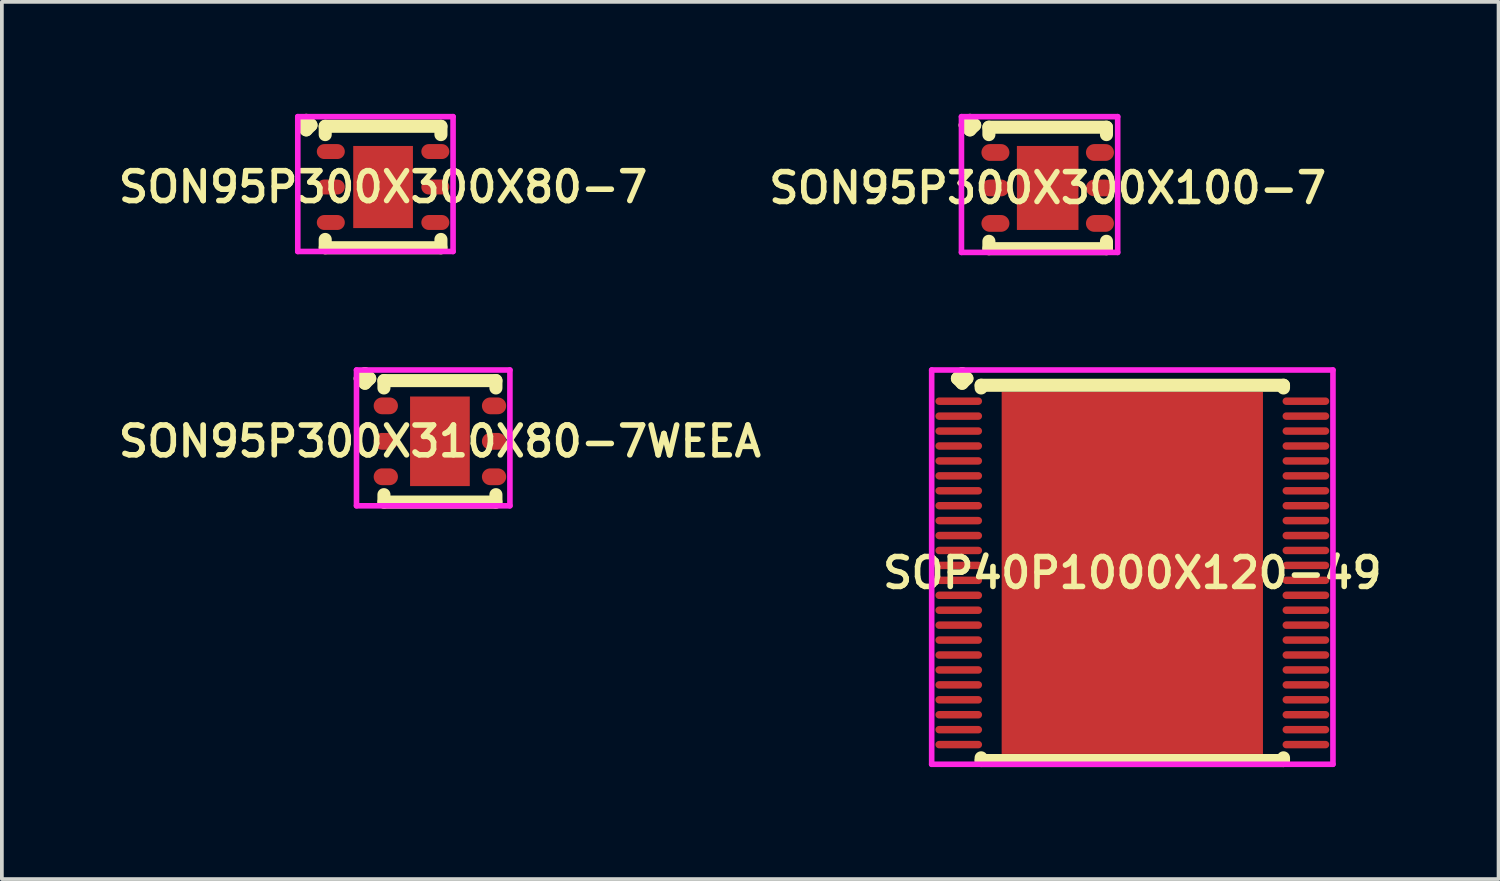
<source format=kicad_pcb>
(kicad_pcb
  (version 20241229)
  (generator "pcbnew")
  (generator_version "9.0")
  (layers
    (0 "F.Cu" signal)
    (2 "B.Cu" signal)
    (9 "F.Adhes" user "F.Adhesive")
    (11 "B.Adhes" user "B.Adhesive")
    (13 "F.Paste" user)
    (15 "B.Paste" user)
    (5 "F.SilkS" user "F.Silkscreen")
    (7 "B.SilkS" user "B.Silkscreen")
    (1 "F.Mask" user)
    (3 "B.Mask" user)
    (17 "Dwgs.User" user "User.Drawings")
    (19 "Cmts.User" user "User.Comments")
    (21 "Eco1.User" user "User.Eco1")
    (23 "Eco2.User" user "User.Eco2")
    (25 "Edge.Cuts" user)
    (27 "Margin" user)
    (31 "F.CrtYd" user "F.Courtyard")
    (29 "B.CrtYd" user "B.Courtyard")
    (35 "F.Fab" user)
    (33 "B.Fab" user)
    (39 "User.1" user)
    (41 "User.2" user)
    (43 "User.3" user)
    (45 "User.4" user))
  (footprint "SON95P300X300X80-7"
    (layer "F.Cu")
    (at 7.212 1.96)
    (property "Reference" "SON95P300X300X80-7" (at 0 0 0) (layer "F.SilkS") (effects (font (size 0.8 0.8) (thickness 0.15))))
    (attr smd)
    (fp_line (start -2.185 -1.658) (end -2.058 -1.785) (stroke (width 0.35) (type solid)) (layer "F.SilkS"))
    (fp_line (start -2.058 -1.785) (end -1.931 -1.658) (stroke (width 0.35) (type solid)) (layer "F.SilkS"))
    (fp_line (start -2.058 -1.531) (end -2.185 -1.658) (stroke (width 0.35) (type solid)) (layer "F.SilkS"))
    (fp_line (start -1.931 -1.658) (end -2.058 -1.531) (stroke (width 0.35) (type solid)) (layer "F.SilkS"))
    (fp_line (start -1.55 -1.627) (end 1.55 -1.627) (stroke (width 0.35) (type solid)) (layer "F.SilkS"))
    (fp_line (start -1.55 -1.404) (end -1.55 -1.627) (stroke (width 0.35) (type solid)) (layer "F.SilkS"))
    (fp_line (start -1.55 1.404) (end -1.55 1.627) (stroke (width 0.35) (type solid)) (layer "F.SilkS"))
    (fp_line (start -1.55 1.627) (end 1.55 1.627) (stroke (width 0.35) (type solid)) (layer "F.SilkS"))
    (fp_line (start 1.55 -1.627) (end 1.55 -1.404) (stroke (width 0.35) (type solid)) (layer "F.SilkS"))
    (fp_line (start 1.55 1.627) (end 1.55 1.404) (stroke (width 0.35) (type solid)) (layer "F.SilkS"))
    (fp_line (start -2.285 -1.885) (end 1.875 -1.885) (stroke (width 0.15) (type solid)) (layer "F.CrtYd"))
    (fp_line (start -2.285 1.727) (end -2.285 -1.885) (stroke (width 0.15) (type solid)) (layer "F.CrtYd"))
    (fp_line (start 1.875 -1.885) (end 1.875 1.727) (stroke (width 0.15) (type solid)) (layer "F.CrtYd"))
    (fp_line (start 1.875 1.727) (end -2.285 1.727) (stroke (width 0.15) (type solid)) (layer "F.CrtYd"))
    (pad "1" smd oval (at -1.4 -0.95) (size 0.75 0.4) (layers "F.Cu" "F.Mask" "F.Paste"))
    (pad "2" smd oval (at -1.4 0) (size 0.75 0.4) (layers "F.Cu" "F.Mask" "F.Paste"))
    (pad "3" smd oval (at -1.4 0.95) (size 0.75 0.4) (layers "F.Cu" "F.Mask" "F.Paste"))
    (pad "4" smd oval (at 1.4 0.95) (size 0.75 0.4) (layers "F.Cu" "F.Mask" "F.Paste"))
    (pad "5" smd oval (at 1.4 0) (size 0.75 0.4) (layers "F.Cu" "F.Mask" "F.Paste"))
    (pad "6" smd oval (at 1.4 -0.95) (size 0.75 0.4) (layers "F.Cu" "F.Mask" "F.Paste"))
    (pad "7" smd rect (at 0 0) (size 1.6 2.2) (layers "F.Cu" "F.Mask" "F.Paste")))
  (footprint "SON95P300X310X80-7WEEA"
    (layer "F.Cu")
    (at 8.735 8.772)
    (property "Reference" "SON95P300X310X80-7WEEA" (at 0 0 0) (layer "F.SilkS") (effects (font (size 0.8 0.8) (thickness 0.15))))
    (attr through_hole)
    (fp_line (start -2.135 -1.683) (end -2.008 -1.81) (stroke (width 0.35) (type solid)) (layer "F.SilkS"))
    (fp_line (start -2.008 -1.81) (end -1.881 -1.683) (stroke (width 0.35) (type solid)) (layer "F.SilkS"))
    (fp_line (start -2.008 -1.556) (end -2.135 -1.683) (stroke (width 0.35) (type solid)) (layer "F.SilkS"))
    (fp_line (start -1.881 -1.683) (end -2.008 -1.556) (stroke (width 0.35) (type solid)) (layer "F.SilkS"))
    (fp_line (start -1.5 -1.627) (end 1.5 -1.627) (stroke (width 0.35) (type solid)) (layer "F.SilkS"))
    (fp_line (start -1.5 -1.429) (end -1.5 -1.627) (stroke (width 0.35) (type solid)) (layer "F.SilkS"))
    (fp_line (start -1.5 1.429) (end -1.5 1.627) (stroke (width 0.35) (type solid)) (layer "F.SilkS"))
    (fp_line (start -1.5 1.627) (end 1.5 1.627) (stroke (width 0.35) (type solid)) (layer "F.SilkS"))
    (fp_line (start 1.5 -1.627) (end 1.5 -1.429) (stroke (width 0.35) (type solid)) (layer "F.SilkS"))
    (fp_line (start 1.5 1.627) (end 1.5 1.429) (stroke (width 0.35) (type solid)) (layer "F.SilkS"))
    (fp_line (start -2.235 -1.91) (end 1.875 -1.91) (stroke (width 0.15) (type solid)) (layer "F.CrtYd"))
    (fp_line (start -2.235 1.727) (end -2.235 -1.91) (stroke (width 0.15) (type solid)) (layer "F.CrtYd"))
    (fp_line (start 1.875 -1.91) (end 1.875 1.727) (stroke (width 0.15) (type solid)) (layer "F.CrtYd"))
    (fp_line (start 1.875 1.727) (end -2.235 1.727) (stroke (width 0.15) (type solid)) (layer "F.CrtYd"))
    (pad "1" smd oval (at -1.45 -0.95) (size 0.65 0.45) (layers "F.Cu" "F.Mask" "F.Paste"))
    (pad "2" smd oval (at -1.45 0) (size 0.65 0.45) (layers "F.Cu" "F.Mask" "F.Paste"))
    (pad "3" smd oval (at -1.45 0.95) (size 0.65 0.45) (layers "F.Cu" "F.Mask" "F.Paste"))
    (pad "4" smd oval (at 1.45 0.95) (size 0.65 0.45) (layers "F.Cu" "F.Mask" "F.Paste"))
    (pad "5" smd oval (at 1.45 0) (size 0.65 0.45) (layers "F.Cu" "F.Mask" "F.Paste"))
    (pad "6" smd oval (at 1.45 -0.95) (size 0.65 0.45) (layers "F.Cu" "F.Mask" "F.Paste"))
    (pad "7" smd rect (at 0 0) (size 1.6 2.4) (layers "F.Cu" "F.Mask" "F.Paste")))
  (footprint "SON95P300X300X100-7"
    (layer "F.Cu")
    (at 25.016 1.985)
    (property "Reference" "SON95P300X300X100-7" (at 0 0 0) (layer "F.SilkS") (effects (font (size 0.8 0.8) (thickness 0.15))))
    (attr through_hole)
    (fp_line (start -2.21 -1.683) (end -2.083 -1.81) (stroke (width 0.35) (type solid)) (layer "F.SilkS"))
    (fp_line (start -2.083 -1.81) (end -1.956 -1.683) (stroke (width 0.35) (type solid)) (layer "F.SilkS"))
    (fp_line (start -2.083 -1.556) (end -2.21 -1.683) (stroke (width 0.35) (type solid)) (layer "F.SilkS"))
    (fp_line (start -1.956 -1.683) (end -2.083 -1.556) (stroke (width 0.35) (type solid)) (layer "F.SilkS"))
    (fp_line (start -1.575 -1.627) (end 1.575 -1.627) (stroke (width 0.35) (type solid)) (layer "F.SilkS"))
    (fp_line (start -1.575 -1.429) (end -1.575 -1.627) (stroke (width 0.35) (type solid)) (layer "F.SilkS"))
    (fp_line (start -1.575 1.429) (end -1.575 1.627) (stroke (width 0.35) (type solid)) (layer "F.SilkS"))
    (fp_line (start -1.575 1.627) (end 1.575 1.627) (stroke (width 0.35) (type solid)) (layer "F.SilkS"))
    (fp_line (start 1.575 -1.627) (end 1.575 -1.429) (stroke (width 0.35) (type solid)) (layer "F.SilkS"))
    (fp_line (start 1.575 1.627) (end 1.575 1.429) (stroke (width 0.35) (type solid)) (layer "F.SilkS"))
    (fp_line (start -2.31 -1.91) (end 1.875 -1.91) (stroke (width 0.15) (type solid)) (layer "F.CrtYd"))
    (fp_line (start -2.31 1.727) (end -2.31 -1.91) (stroke (width 0.15) (type solid)) (layer "F.CrtYd"))
    (fp_line (start 1.875 -1.91) (end 1.875 1.727) (stroke (width 0.15) (type solid)) (layer "F.CrtYd"))
    (fp_line (start 1.875 1.727) (end -2.31 1.727) (stroke (width 0.15) (type solid)) (layer "F.CrtYd"))
    (pad "1" smd oval (at -1.4 -0.95) (size 0.75 0.45) (layers "F.Cu" "F.Mask" "F.Paste"))
    (pad "2" smd oval (at -1.4 0) (size 0.75 0.45) (layers "F.Cu" "F.Mask" "F.Paste"))
    (pad "3" smd oval (at -1.4 0.95) (size 0.75 0.45) (layers "F.Cu" "F.Mask" "F.Paste"))
    (pad "4" smd oval (at 1.4 0.95) (size 0.75 0.45) (layers "F.Cu" "F.Mask" "F.Paste"))
    (pad "5" smd oval (at 1.4 0) (size 0.75 0.45) (layers "F.Cu" "F.Mask" "F.Paste"))
    (pad "6" smd oval (at 1.4 -0.95) (size 0.75 0.45) (layers "F.Cu" "F.Mask" "F.Paste"))
    (pad "7" smd rect (at 0 0) (size 1.65 2.25) (layers "F.Cu" "F.Mask" "F.Paste")))
  (footprint "SOP40P1000X120-49"
    (layer "F.Cu")
    (at 27.283 12.297)
    (property "Reference" "SOP40P1000X120-49" (at 0 0 0) (layer "F.SilkS") (effects (font (size 0.8 0.8) (thickness 0.15))))
    (attr smd)
    (fp_line (start -4.685 -5.208) (end -4.558 -5.335) (stroke (width 0.35) (type solid)) (layer "F.SilkS"))
    (fp_line (start -4.558 -5.335) (end -4.431 -5.208) (stroke (width 0.35) (type solid)) (layer "F.SilkS"))
    (fp_line (start -4.558 -5.081) (end -4.685 -5.208) (stroke (width 0.35) (type solid)) (layer "F.SilkS"))
    (fp_line (start -4.431 -5.208) (end -4.558 -5.081) (stroke (width 0.35) (type solid)) (layer "F.SilkS"))
    (fp_line (start -4.05 -5.027) (end 4.05 -5.027) (stroke (width 0.35) (type solid)) (layer "F.SilkS"))
    (fp_line (start -4.05 -4.954) (end -4.05 -5.027) (stroke (width 0.35) (type solid)) (layer "F.SilkS"))
    (fp_line (start -4.05 4.954) (end -4.05 5.027) (stroke (width 0.35) (type solid)) (layer "F.SilkS"))
    (fp_line (start -4.05 5.027) (end 4.05 5.027) (stroke (width 0.35) (type solid)) (layer "F.SilkS"))
    (fp_line (start 4.05 -5.027) (end 4.05 -4.954) (stroke (width 0.35) (type solid)) (layer "F.SilkS"))
    (fp_line (start 4.05 5.027) (end 4.05 4.954) (stroke (width 0.35) (type solid)) (layer "F.SilkS"))
    (fp_line (start -5.375 -5.435) (end 5.375 -5.435) (stroke (width 0.15) (type solid)) (layer "F.CrtYd"))
    (fp_line (start -5.375 5.127) (end -5.375 -5.435) (stroke (width 0.15) (type solid)) (layer "F.CrtYd"))
    (fp_line (start 5.375 -5.435) (end 5.375 5.127) (stroke (width 0.15) (type solid)) (layer "F.CrtYd"))
    (fp_line (start 5.375 5.127) (end -5.375 5.127) (stroke (width 0.15) (type solid)) (layer "F.CrtYd"))
    (pad "1" smd oval (at -4.65 -4.6) (size 1.25 0.2) (layers "F.Cu" "F.Mask" "F.Paste"))
    (pad "2" smd oval (at -4.65 -4.2) (size 1.25 0.2) (layers "F.Cu" "F.Mask" "F.Paste"))
    (pad "3" smd oval (at -4.65 -3.8) (size 1.25 0.2) (layers "F.Cu" "F.Mask" "F.Paste"))
    (pad "4" smd oval (at -4.65 -3.4) (size 1.25 0.2) (layers "F.Cu" "F.Mask" "F.Paste"))
    (pad "5" smd oval (at -4.65 -3) (size 1.25 0.2) (layers "F.Cu" "F.Mask" "F.Paste"))
    (pad "6" smd oval (at -4.65 -2.6) (size 1.25 0.2) (layers "F.Cu" "F.Mask" "F.Paste"))
    (pad "7" smd oval (at -4.65 -2.2) (size 1.25 0.2) (layers "F.Cu" "F.Mask" "F.Paste"))
    (pad "8" smd oval (at -4.65 -1.8) (size 1.25 0.2) (layers "F.Cu" "F.Mask" "F.Paste"))
    (pad "9" smd oval (at -4.65 -1.4) (size 1.25 0.2) (layers "F.Cu" "F.Mask" "F.Paste"))
    (pad "10" smd oval (at -4.65 -1) (size 1.25 0.2) (layers "F.Cu" "F.Mask" "F.Paste"))
    (pad "11" smd oval (at -4.65 -0.6) (size 1.25 0.2) (layers "F.Cu" "F.Mask" "F.Paste"))
    (pad "12" smd oval (at -4.65 -0.2) (size 1.25 0.2) (layers "F.Cu" "F.Mask" "F.Paste"))
    (pad "13" smd oval (at -4.65 0.2) (size 1.25 0.2) (layers "F.Cu" "F.Mask" "F.Paste"))
    (pad "14" smd oval (at -4.65 0.6) (size 1.25 0.2) (layers "F.Cu" "F.Mask" "F.Paste"))
    (pad "15" smd oval (at -4.65 1) (size 1.25 0.2) (layers "F.Cu" "F.Mask" "F.Paste"))
    (pad "16" smd oval (at -4.65 1.4) (size 1.25 0.2) (layers "F.Cu" "F.Mask" "F.Paste"))
    (pad "17" smd oval (at -4.65 1.8) (size 1.25 0.2) (layers "F.Cu" "F.Mask" "F.Paste"))
    (pad "18" smd oval (at -4.65 2.2) (size 1.25 0.2) (layers "F.Cu" "F.Mask" "F.Paste"))
    (pad "19" smd oval (at -4.65 2.6) (size 1.25 0.2) (layers "F.Cu" "F.Mask" "F.Paste"))
    (pad "20" smd oval (at -4.65 3) (size 1.25 0.2) (layers "F.Cu" "F.Mask" "F.Paste"))
    (pad "21" smd oval (at -4.65 3.4) (size 1.25 0.2) (layers "F.Cu" "F.Mask" "F.Paste"))
    (pad "22" smd oval (at -4.65 3.8) (size 1.25 0.2) (layers "F.Cu" "F.Mask" "F.Paste"))
    (pad "23" smd oval (at -4.65 4.2) (size 1.25 0.2) (layers "F.Cu" "F.Mask" "F.Paste"))
    (pad "24" smd oval (at -4.65 4.6) (size 1.25 0.2) (layers "F.Cu" "F.Mask" "F.Paste"))
    (pad "25" smd oval (at 4.65 4.6) (size 1.25 0.2) (layers "F.Cu" "F.Mask" "F.Paste"))
    (pad "26" smd oval (at 4.65 4.2) (size 1.25 0.2) (layers "F.Cu" "F.Mask" "F.Paste"))
    (pad "27" smd oval (at 4.65 3.8) (size 1.25 0.2) (layers "F.Cu" "F.Mask" "F.Paste"))
    (pad "28" smd oval (at 4.65 3.4) (size 1.25 0.2) (layers "F.Cu" "F.Mask" "F.Paste"))
    (pad "29" smd oval (at 4.65 3) (size 1.25 0.2) (layers "F.Cu" "F.Mask" "F.Paste"))
    (pad "30" smd oval (at 4.65 2.6) (size 1.25 0.2) (layers "F.Cu" "F.Mask" "F.Paste"))
    (pad "31" smd oval (at 4.65 2.2) (size 1.25 0.2) (layers "F.Cu" "F.Mask" "F.Paste"))
    (pad "32" smd oval (at 4.65 1.8) (size 1.25 0.2) (layers "F.Cu" "F.Mask" "F.Paste"))
    (pad "33" smd oval (at 4.65 1.4) (size 1.25 0.2) (layers "F.Cu" "F.Mask" "F.Paste"))
    (pad "34" smd oval (at 4.65 1) (size 1.25 0.2) (layers "F.Cu" "F.Mask" "F.Paste"))
    (pad "35" smd oval (at 4.65 0.6) (size 1.25 0.2) (layers "F.Cu" "F.Mask" "F.Paste"))
    (pad "36" smd oval (at 4.65 0.2) (size 1.25 0.2) (layers "F.Cu" "F.Mask" "F.Paste"))
    (pad "37" smd oval (at 4.65 -0.2) (size 1.25 0.2) (layers "F.Cu" "F.Mask" "F.Paste"))
    (pad "38" smd oval (at 4.65 -0.6) (size 1.25 0.2) (layers "F.Cu" "F.Mask" "F.Paste"))
    (pad "39" smd oval (at 4.65 -1) (size 1.25 0.2) (layers "F.Cu" "F.Mask" "F.Paste"))
    (pad "40" smd oval (at 4.65 -1.4) (size 1.25 0.2) (layers "F.Cu" "F.Mask" "F.Paste"))
    (pad "41" smd oval (at 4.65 -1.8) (size 1.25 0.2) (layers "F.Cu" "F.Mask" "F.Paste"))
    (pad "42" smd oval (at 4.65 -2.2) (size 1.25 0.2) (layers "F.Cu" "F.Mask" "F.Paste"))
    (pad "43" smd oval (at 4.65 -2.6) (size 1.25 0.2) (layers "F.Cu" "F.Mask" "F.Paste"))
    (pad "44" smd oval (at 4.65 -3) (size 1.25 0.2) (layers "F.Cu" "F.Mask" "F.Paste"))
    (pad "45" smd oval (at 4.65 -3.4) (size 1.25 0.2) (layers "F.Cu" "F.Mask" "F.Paste"))
    (pad "46" smd oval (at 4.65 -3.8) (size 1.25 0.2) (layers "F.Cu" "F.Mask" "F.Paste"))
    (pad "47" smd oval (at 4.65 -4.2) (size 1.25 0.2) (layers "F.Cu" "F.Mask" "F.Paste"))
    (pad "48" smd oval (at 4.65 -4.6) (size 1.25 0.2) (layers "F.Cu" "F.Mask" "F.Paste"))
    (pad "49" smd rect (at 0 0) (size 7 9.7) (layers "F.Cu" "F.Mask" "F.Paste")))
  (gr_rect
    (start -3 -3)
    (end 37.094 20.499)
    (stroke (width 0.1) (type default))
    (fill no)
    (layer "Edge.Cuts")))
</source>
